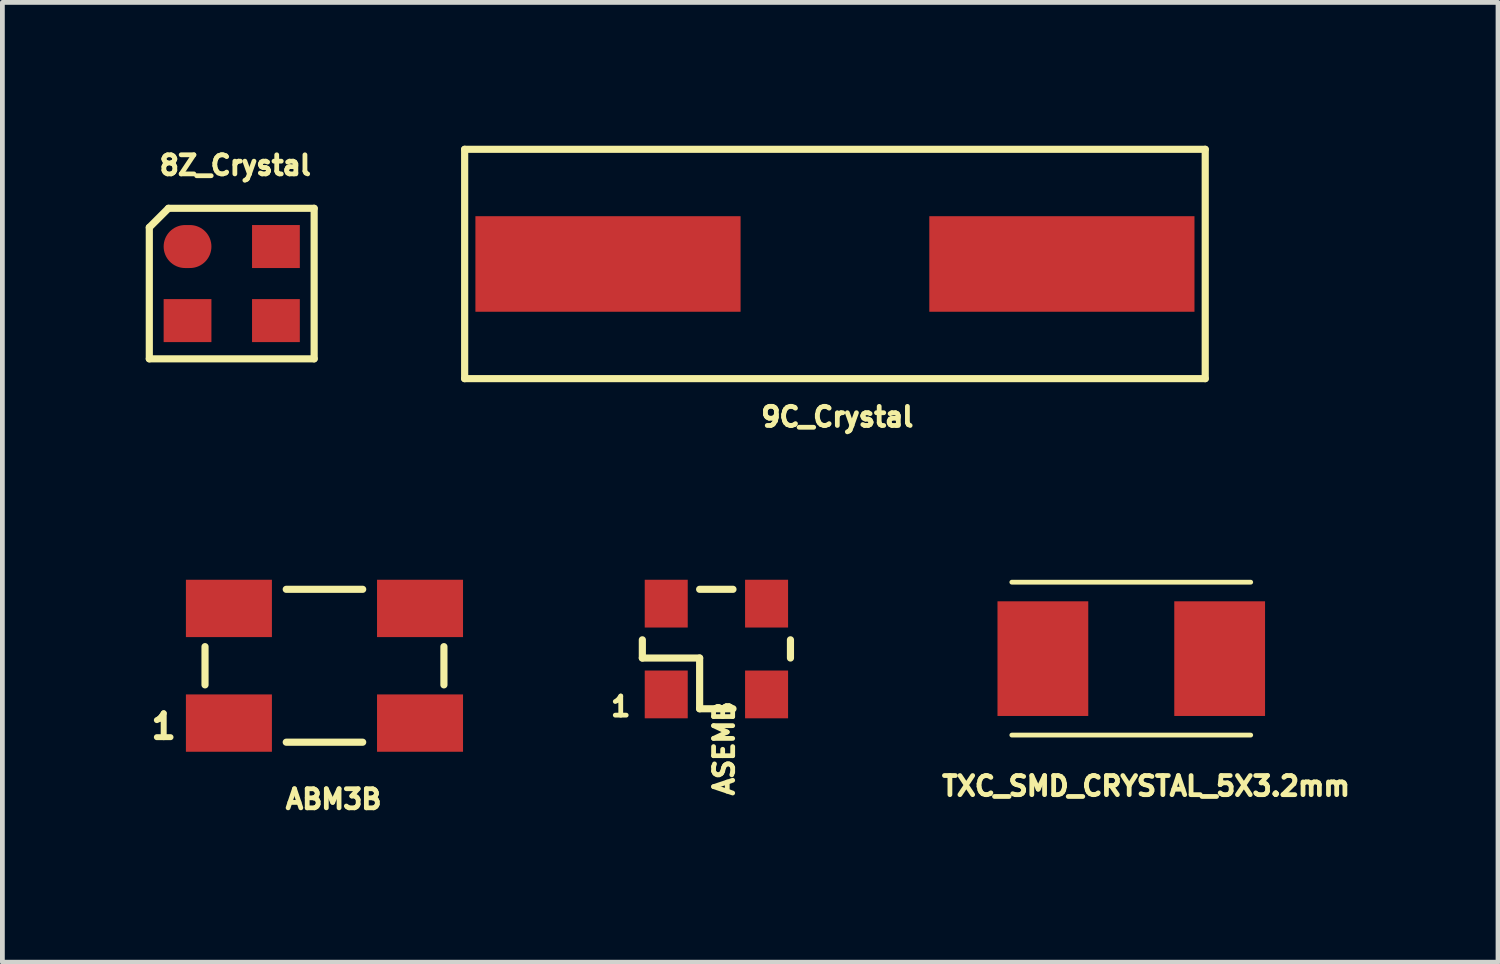
<source format=kicad_pcb>
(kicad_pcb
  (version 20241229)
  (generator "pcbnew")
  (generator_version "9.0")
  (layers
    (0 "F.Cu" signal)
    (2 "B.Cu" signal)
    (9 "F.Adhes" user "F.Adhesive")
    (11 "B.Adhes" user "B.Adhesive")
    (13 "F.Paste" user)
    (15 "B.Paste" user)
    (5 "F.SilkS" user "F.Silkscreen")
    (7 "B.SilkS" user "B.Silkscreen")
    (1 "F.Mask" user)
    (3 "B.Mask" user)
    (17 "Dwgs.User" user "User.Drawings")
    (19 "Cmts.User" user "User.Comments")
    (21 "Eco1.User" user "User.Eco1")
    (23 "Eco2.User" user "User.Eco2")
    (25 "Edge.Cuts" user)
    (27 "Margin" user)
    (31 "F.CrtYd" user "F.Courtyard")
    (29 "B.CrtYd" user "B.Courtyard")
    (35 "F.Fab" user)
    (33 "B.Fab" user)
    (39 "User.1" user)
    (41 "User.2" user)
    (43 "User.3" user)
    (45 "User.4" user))
  (footprint "TXC_SMD_CRYSTAL_5X3.2mm"
    (layer "F.Cu")
    (at 18.777 10.735)
    (property "Reference" "TXC_SMD_CRYSTAL_5X3.2mm" (at 2.159 2.667 0) (layer "F.SilkS") (effects (font (size 0.4 0.4) (thickness 0.1))))
    (attr through_hole)
    (fp_line (start -0.65 -1.6) (end 4.35 -1.6) (stroke (width 0.1) (type solid)) (layer "F.SilkS"))
    (fp_line (start -0.65 1.6) (end 4.35 1.6) (stroke (width 0.1) (type solid)) (layer "F.SilkS"))
    (pad "1" smd rect (at 0 0) (size 1.9 2.4) (layers "F.Cu" "F.Mask" "F.Paste"))
    (pad "2" smd rect (at 3.7 0) (size 1.9 2.4) (layers "F.Cu" "F.Mask" "F.Paste")))
  (footprint "ABM3B"
    (layer "F.Cu")
    (at 3.741 10.884)
    (property "Reference" "ABM3B" (at 0.191 2.794 0) (layer "F.SilkS") (effects (font (size 0.4 0.4) (thickness 0.1))))
    (attr through_hole)
    (fp_line (start -2.5 -0.4) (end -2.5 0.4) (stroke (width 0.15) (type solid)) (layer "F.SilkS"))
    (fp_line (start -0.8 -1.6) (end 0.8 -1.6) (stroke (width 0.15) (type solid)) (layer "F.SilkS"))
    (fp_line (start -0.8 1.6) (end 0.8 1.6) (stroke (width 0.15) (type solid)) (layer "F.SilkS"))
    (fp_line (start 2.5 -0.4) (end 2.5 0.4) (stroke (width 0.15) (type solid)) (layer "F.SilkS"))
    (fp_text user "1" (at -3.365 1.27 0) (layer "F.SilkS") (effects (font (size 0.5 0.5) (thickness 0.125))))
    (pad "1" smd rect (at -2 1.2) (size 1.8 1.2) (layers "F.Cu" "F.Mask" "F.Paste"))
    (pad "2" smd rect (at 2 1.2) (size 1.8 1.2) (layers "F.Cu" "F.Mask" "F.Paste"))
    (pad "3" smd rect (at 2 -1.2) (size 1.8 1.2) (layers "F.Cu" "F.Mask" "F.Paste"))
    (pad "4" smd rect (at -2 -1.2) (size 1.8 1.2) (layers "F.Cu" "F.Mask" "F.Paste")))
  (footprint "ASEMB"
    (layer "F.Cu")
    (at 11.944 10.534)
    (property "Reference" "ASEMB" (at 0.161 2.08 90) (layer "F.SilkS") (effects (font (size 0.4 0.4) (thickness 0.1))))
    (attr through_hole)
    (fp_line (start -1.55 -0.193) (end -1.55 0.188) (stroke (width 0.15) (type solid)) (layer "F.SilkS"))
    (fp_line (start -1.55 0.188) (end -0.351 0.188) (stroke (width 0.15) (type solid)) (layer "F.SilkS"))
    (fp_line (start -0.351 -1.25) (end 0.347 -1.25) (stroke (width 0.15) (type solid)) (layer "F.SilkS"))
    (fp_line (start -0.351 0.188) (end -0.351 1.25) (stroke (width 0.15) (type solid)) (layer "F.SilkS"))
    (fp_line (start -0.351 1.25) (end 0.347 1.25) (stroke (width 0.15) (type solid)) (layer "F.SilkS"))
    (fp_line (start 1.55 -0.193) (end 1.55 0.188) (stroke (width 0.15) (type solid)) (layer "F.SilkS"))
    (fp_text user "1" (at -2.002 1.204 0) (layer "F.SilkS") (effects (font (size 0.4 0.4) (thickness 0.1))))
    (pad "1" smd rect (at -1.05 0.95) (size 0.9 1) (layers "F.Cu" "F.Mask" "F.Paste"))
    (pad "2" smd rect (at 1.05 0.95) (size 0.9 1) (layers "F.Cu" "F.Mask" "F.Paste"))
    (pad "3" smd rect (at 1.05 -0.95) (size 0.9 1) (layers "F.Cu" "F.Mask" "F.Paste"))
    (pad "4" smd rect (at -1.05 -0.95) (size 0.9 1) (layers "F.Cu" "F.Mask" "F.Paste")))
  (footprint "8Z_Crystal"
    (layer "F.Cu")
    (at 0.875 2.11)
    (property "Reference" "8Z_Crystal" (at 1 -1.7 0) (layer "F.SilkS") (effects (font (size 0.4 0.4) (thickness 0.1))))
    (attr through_hole)
    (fp_line (start -0.8 2.35) (end -0.8 -0.4) (stroke (width 0.15) (type solid)) (layer "F.SilkS"))
    (fp_line (start -0.8 2.35) (end 2.65 2.35) (stroke (width 0.15) (type solid)) (layer "F.SilkS"))
    (fp_line (start -0.4 -0.8) (end -0.8 -0.4) (stroke (width 0.15) (type solid)) (layer "F.SilkS"))
    (fp_line (start -0.4 -0.8) (end 2.65 -0.8) (stroke (width 0.15) (type solid)) (layer "F.SilkS"))
    (fp_line (start 2.65 2.35) (end 2.65 -0.8) (stroke (width 0.15) (type solid)) (layer "F.SilkS"))
    (pad "1" smd oval (at 0 0) (size 1 0.9) (layers "F.Cu" "F.Mask" "F.Paste"))
    (pad "2" smd rect (at 1.85 0) (size 1 0.9) (layers "F.Cu" "F.Mask" "F.Paste"))
    (pad "3" smd rect (at 1.85 1.55) (size 1 0.9) (layers "F.Cu" "F.Mask" "F.Paste"))
    (pad "4" smd rect (at 0 1.55) (size 1 0.9) (layers "F.Cu" "F.Mask" "F.Paste")))
  (footprint "9C_Crystal"
    (layer "F.Cu")
    (at 9.675 2.475)
    (property "Reference" "9C_Crystal" (at 4.8 3.2 0) (layer "F.SilkS") (effects (font (size 0.4 0.4) (thickness 0.1))))
    (attr through_hole)
    (fp_line (start -3 -2.4) (end 12.5 -2.4) (stroke (width 0.15) (type solid)) (layer "F.SilkS"))
    (fp_line (start -3 2.4) (end -3 -2.4) (stroke (width 0.15) (type solid)) (layer "F.SilkS"))
    (fp_line (start -3 2.4) (end 12.5 2.4) (stroke (width 0.15) (type solid)) (layer "F.SilkS"))
    (fp_line (start 12.5 2.4) (end 12.5 -2.4) (stroke (width 0.15) (type solid)) (layer "F.SilkS"))
    (pad "1" smd rect (at 0 0) (size 5.55 2) (layers "F.Cu" "F.Mask" "F.Paste"))
    (pad "2" smd rect (at 9.5 0) (size 5.55 2) (layers "F.Cu" "F.Mask" "F.Paste")))
  (gr_rect
    (start -3 -3)
    (end 28.303 17.088)
    (stroke (width 0.1) (type default))
    (fill no)
    (layer "Edge.Cuts")))
</source>
